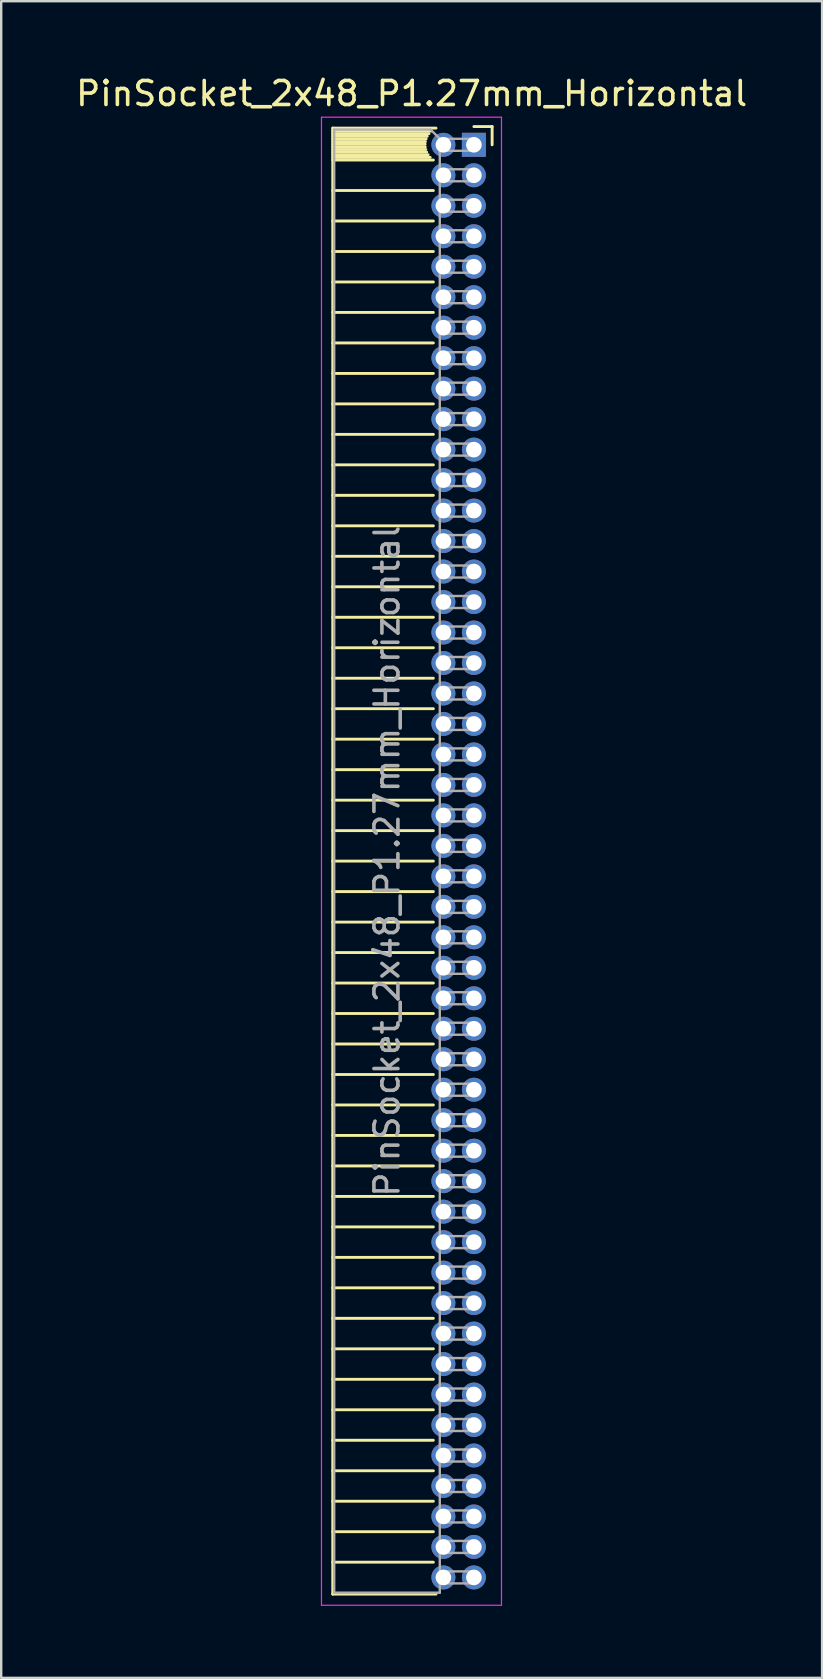
<source format=kicad_pcb>
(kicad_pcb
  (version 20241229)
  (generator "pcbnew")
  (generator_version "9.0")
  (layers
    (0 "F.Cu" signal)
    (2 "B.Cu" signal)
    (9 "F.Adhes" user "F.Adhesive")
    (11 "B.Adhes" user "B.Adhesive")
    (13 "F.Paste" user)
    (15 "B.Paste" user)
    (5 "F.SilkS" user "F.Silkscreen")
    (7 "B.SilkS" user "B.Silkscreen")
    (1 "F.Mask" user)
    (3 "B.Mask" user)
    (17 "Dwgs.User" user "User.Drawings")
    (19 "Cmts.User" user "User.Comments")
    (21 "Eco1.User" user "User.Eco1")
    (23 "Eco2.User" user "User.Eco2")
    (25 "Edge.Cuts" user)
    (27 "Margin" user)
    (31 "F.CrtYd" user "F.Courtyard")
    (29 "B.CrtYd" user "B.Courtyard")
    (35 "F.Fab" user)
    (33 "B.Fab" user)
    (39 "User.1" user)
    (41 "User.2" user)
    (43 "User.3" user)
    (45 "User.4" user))
  (footprint "PinSocket_2x48_P1.27mm_Horizontal"
    (layer "F.Cu")
    (at 16.694 2.983)
    (property "Reference" "PinSocket_2x48_P1.27mm_Horizontal" (at -2.592 -2.135 0) (layer "F.SilkS") (effects (font (size 1 1) (thickness 0.15))))
    (attr through_hole)
    (fp_line (start -5.88 -0.695) (end -5.88 60.385) (stroke (width 0.12) (type solid)) (layer "F.SilkS"))
    (fp_line (start -5.88 -0.695) (end -1.578 -0.695) (stroke (width 0.12) (type solid)) (layer "F.SilkS"))
    (fp_line (start -5.88 -0.575) (end -1.767 -0.575) (stroke (width 0.12) (type solid)) (layer "F.SilkS"))
    (fp_line (start -5.88 -0.465) (end -1.871 -0.465) (stroke (width 0.12) (type solid)) (layer "F.SilkS"))
    (fp_line (start -5.88 -0.355) (end -1.942 -0.355) (stroke (width 0.12) (type solid)) (layer "F.SilkS"))
    (fp_line (start -5.88 -0.245) (end -1.989 -0.245) (stroke (width 0.12) (type solid)) (layer "F.SilkS"))
    (fp_line (start -5.88 -0.135) (end -2.018 -0.135) (stroke (width 0.12) (type solid)) (layer "F.SilkS"))
    (fp_line (start -5.88 -0.025) (end -2.03 -0.025) (stroke (width 0.12) (type solid)) (layer "F.SilkS"))
    (fp_line (start -5.88 0.085) (end -2.025 0.085) (stroke (width 0.12) (type solid)) (layer "F.SilkS"))
    (fp_line (start -5.88 0.195) (end -2.005 0.195) (stroke (width 0.12) (type solid)) (layer "F.SilkS"))
    (fp_line (start -5.88 0.305) (end -1.966 0.305) (stroke (width 0.12) (type solid)) (layer "F.SilkS"))
    (fp_line (start -5.88 0.415) (end -1.907 0.415) (stroke (width 0.12) (type solid)) (layer "F.SilkS"))
    (fp_line (start -5.88 0.525) (end -1.82 0.525) (stroke (width 0.12) (type solid)) (layer "F.SilkS"))
    (fp_line (start -5.88 0.635) (end -1.688 0.635) (stroke (width 0.12) (type solid)) (layer "F.SilkS"))
    (fp_line (start -5.88 1.905) (end -1.688 1.905) (stroke (width 0.12) (type solid)) (layer "F.SilkS"))
    (fp_line (start -5.88 3.175) (end -1.688 3.175) (stroke (width 0.12) (type solid)) (layer "F.SilkS"))
    (fp_line (start -5.88 4.445) (end -1.688 4.445) (stroke (width 0.12) (type solid)) (layer "F.SilkS"))
    (fp_line (start -5.88 5.715) (end -1.688 5.715) (stroke (width 0.12) (type solid)) (layer "F.SilkS"))
    (fp_line (start -5.88 6.985) (end -1.688 6.985) (stroke (width 0.12) (type solid)) (layer "F.SilkS"))
    (fp_line (start -5.88 8.255) (end -1.688 8.255) (stroke (width 0.12) (type solid)) (layer "F.SilkS"))
    (fp_line (start -5.88 9.525) (end -1.688 9.525) (stroke (width 0.12) (type solid)) (layer "F.SilkS"))
    (fp_line (start -5.88 10.795) (end -1.688 10.795) (stroke (width 0.12) (type solid)) (layer "F.SilkS"))
    (fp_line (start -5.88 12.065) (end -1.688 12.065) (stroke (width 0.12) (type solid)) (layer "F.SilkS"))
    (fp_line (start -5.88 13.335) (end -1.688 13.335) (stroke (width 0.12) (type solid)) (layer "F.SilkS"))
    (fp_line (start -5.88 14.605) (end -1.688 14.605) (stroke (width 0.12) (type solid)) (layer "F.SilkS"))
    (fp_line (start -5.88 15.875) (end -1.688 15.875) (stroke (width 0.12) (type solid)) (layer "F.SilkS"))
    (fp_line (start -5.88 17.145) (end -1.688 17.145) (stroke (width 0.12) (type solid)) (layer "F.SilkS"))
    (fp_line (start -5.88 18.415) (end -1.688 18.415) (stroke (width 0.12) (type solid)) (layer "F.SilkS"))
    (fp_line (start -5.88 19.685) (end -1.688 19.685) (stroke (width 0.12) (type solid)) (layer "F.SilkS"))
    (fp_line (start -5.88 20.955) (end -1.688 20.955) (stroke (width 0.12) (type solid)) (layer "F.SilkS"))
    (fp_line (start -5.88 22.225) (end -1.688 22.225) (stroke (width 0.12) (type solid)) (layer "F.SilkS"))
    (fp_line (start -5.88 23.495) (end -1.688 23.495) (stroke (width 0.12) (type solid)) (layer "F.SilkS"))
    (fp_line (start -5.88 24.765) (end -1.688 24.765) (stroke (width 0.12) (type solid)) (layer "F.SilkS"))
    (fp_line (start -5.88 26.035) (end -1.688 26.035) (stroke (width 0.12) (type solid)) (layer "F.SilkS"))
    (fp_line (start -5.88 27.305) (end -1.688 27.305) (stroke (width 0.12) (type solid)) (layer "F.SilkS"))
    (fp_line (start -5.88 28.575) (end -1.688 28.575) (stroke (width 0.12) (type solid)) (layer "F.SilkS"))
    (fp_line (start -5.88 29.845) (end -1.688 29.845) (stroke (width 0.12) (type solid)) (layer "F.SilkS"))
    (fp_line (start -5.88 31.115) (end -1.688 31.115) (stroke (width 0.12) (type solid)) (layer "F.SilkS"))
    (fp_line (start -5.88 32.385) (end -1.688 32.385) (stroke (width 0.12) (type solid)) (layer "F.SilkS"))
    (fp_line (start -5.88 33.655) (end -1.688 33.655) (stroke (width 0.12) (type solid)) (layer "F.SilkS"))
    (fp_line (start -5.88 34.925) (end -1.688 34.925) (stroke (width 0.12) (type solid)) (layer "F.SilkS"))
    (fp_line (start -5.88 36.195) (end -1.688 36.195) (stroke (width 0.12) (type solid)) (layer "F.SilkS"))
    (fp_line (start -5.88 37.465) (end -1.688 37.465) (stroke (width 0.12) (type solid)) (layer "F.SilkS"))
    (fp_line (start -5.88 38.735) (end -1.688 38.735) (stroke (width 0.12) (type solid)) (layer "F.SilkS"))
    (fp_line (start -5.88 40.005) (end -1.688 40.005) (stroke (width 0.12) (type solid)) (layer "F.SilkS"))
    (fp_line (start -5.88 41.275) (end -1.688 41.275) (stroke (width 0.12) (type solid)) (layer "F.SilkS"))
    (fp_line (start -5.88 42.545) (end -1.688 42.545) (stroke (width 0.12) (type solid)) (layer "F.SilkS"))
    (fp_line (start -5.88 43.815) (end -1.688 43.815) (stroke (width 0.12) (type solid)) (layer "F.SilkS"))
    (fp_line (start -5.88 45.085) (end -1.688 45.085) (stroke (width 0.12) (type solid)) (layer "F.SilkS"))
    (fp_line (start -5.88 46.355) (end -1.688 46.355) (stroke (width 0.12) (type solid)) (layer "F.SilkS"))
    (fp_line (start -5.88 47.625) (end -1.688 47.625) (stroke (width 0.12) (type solid)) (layer "F.SilkS"))
    (fp_line (start -5.88 48.895) (end -1.688 48.895) (stroke (width 0.12) (type solid)) (layer "F.SilkS"))
    (fp_line (start -5.88 50.165) (end -1.688 50.165) (stroke (width 0.12) (type solid)) (layer "F.SilkS"))
    (fp_line (start -5.88 51.435) (end -1.688 51.435) (stroke (width 0.12) (type solid)) (layer "F.SilkS"))
    (fp_line (start -5.88 52.705) (end -1.688 52.705) (stroke (width 0.12) (type solid)) (layer "F.SilkS"))
    (fp_line (start -5.88 53.975) (end -1.688 53.975) (stroke (width 0.12) (type solid)) (layer "F.SilkS"))
    (fp_line (start -5.88 55.245) (end -1.688 55.245) (stroke (width 0.12) (type solid)) (layer "F.SilkS"))
    (fp_line (start -5.88 56.515) (end -1.688 56.515) (stroke (width 0.12) (type solid)) (layer "F.SilkS"))
    (fp_line (start -5.88 57.785) (end -1.688 57.785) (stroke (width 0.12) (type solid)) (layer "F.SilkS"))
    (fp_line (start -5.88 59.055) (end -1.688 59.055) (stroke (width 0.12) (type solid)) (layer "F.SilkS"))
    (fp_line (start -5.88 60.385) (end -1.578 60.385) (stroke (width 0.12) (type solid)) (layer "F.SilkS"))
    (fp_line (start 0 -0.76) (end 0.76 -0.76) (stroke (width 0.12) (type solid)) (layer "F.SilkS"))
    (fp_line (start 0.76 -0.76) (end 0.76 0) (stroke (width 0.12) (type solid)) (layer "F.SilkS"))
    (fp_line (start -6.35 -1.15) (end -6.35 60.85) (stroke (width 0.05) (type solid)) (layer "F.CrtYd"))
    (fp_line (start -6.35 60.85) (end 1.15 60.85) (stroke (width 0.05) (type solid)) (layer "F.CrtYd"))
    (fp_line (start 1.15 -1.15) (end -6.35 -1.15) (stroke (width 0.05) (type solid)) (layer "F.CrtYd"))
    (fp_line (start 1.15 60.85) (end 1.15 -1.15) (stroke (width 0.05) (type solid)) (layer "F.CrtYd"))
    (fp_line (start -5.82 -0.635) (end -1.805 -0.635) (stroke (width 0.1) (type solid)) (layer "F.Fab"))
    (fp_line (start -5.82 60.325) (end -5.82 -0.635) (stroke (width 0.1) (type solid)) (layer "F.Fab"))
    (fp_line (start -1.805 -0.635) (end -1.42 -0.25) (stroke (width 0.1) (type solid)) (layer "F.Fab"))
    (fp_line (start -1.42 -0.25) (end -1.42 60.325) (stroke (width 0.1) (type solid)) (layer "F.Fab"))
    (fp_line (start -1.42 0.25) (end 0 0.25) (stroke (width 0.1) (type solid)) (layer "F.Fab"))
    (fp_line (start -1.42 1.52) (end 0 1.52) (stroke (width 0.1) (type solid)) (layer "F.Fab"))
    (fp_line (start -1.42 2.79) (end 0 2.79) (stroke (width 0.1) (type solid)) (layer "F.Fab"))
    (fp_line (start -1.42 4.06) (end 0 4.06) (stroke (width 0.1) (type solid)) (layer "F.Fab"))
    (fp_line (start -1.42 5.33) (end 0 5.33) (stroke (width 0.1) (type solid)) (layer "F.Fab"))
    (fp_line (start -1.42 6.6) (end 0 6.6) (stroke (width 0.1) (type solid)) (layer "F.Fab"))
    (fp_line (start -1.42 7.87) (end 0 7.87) (stroke (width 0.1) (type solid)) (layer "F.Fab"))
    (fp_line (start -1.42 9.14) (end 0 9.14) (stroke (width 0.1) (type solid)) (layer "F.Fab"))
    (fp_line (start -1.42 10.41) (end 0 10.41) (stroke (width 0.1) (type solid)) (layer "F.Fab"))
    (fp_line (start -1.42 11.68) (end 0 11.68) (stroke (width 0.1) (type solid)) (layer "F.Fab"))
    (fp_line (start -1.42 12.95) (end 0 12.95) (stroke (width 0.1) (type solid)) (layer "F.Fab"))
    (fp_line (start -1.42 14.22) (end 0 14.22) (stroke (width 0.1) (type solid)) (layer "F.Fab"))
    (fp_line (start -1.42 15.49) (end 0 15.49) (stroke (width 0.1) (type solid)) (layer "F.Fab"))
    (fp_line (start -1.42 16.76) (end 0 16.76) (stroke (width 0.1) (type solid)) (layer "F.Fab"))
    (fp_line (start -1.42 18.03) (end 0 18.03) (stroke (width 0.1) (type solid)) (layer "F.Fab"))
    (fp_line (start -1.42 19.3) (end 0 19.3) (stroke (width 0.1) (type solid)) (layer "F.Fab"))
    (fp_line (start -1.42 20.57) (end 0 20.57) (stroke (width 0.1) (type solid)) (layer "F.Fab"))
    (fp_line (start -1.42 21.84) (end 0 21.84) (stroke (width 0.1) (type solid)) (layer "F.Fab"))
    (fp_line (start -1.42 23.11) (end 0 23.11) (stroke (width 0.1) (type solid)) (layer "F.Fab"))
    (fp_line (start -1.42 24.38) (end 0 24.38) (stroke (width 0.1) (type solid)) (layer "F.Fab"))
    (fp_line (start -1.42 25.65) (end 0 25.65) (stroke (width 0.1) (type solid)) (layer "F.Fab"))
    (fp_line (start -1.42 26.92) (end 0 26.92) (stroke (width 0.1) (type solid)) (layer "F.Fab"))
    (fp_line (start -1.42 28.19) (end 0 28.19) (stroke (width 0.1) (type solid)) (layer "F.Fab"))
    (fp_line (start -1.42 29.46) (end 0 29.46) (stroke (width 0.1) (type solid)) (layer "F.Fab"))
    (fp_line (start -1.42 30.73) (end 0 30.73) (stroke (width 0.1) (type solid)) (layer "F.Fab"))
    (fp_line (start -1.42 32) (end 0 32) (stroke (width 0.1) (type solid)) (layer "F.Fab"))
    (fp_line (start -1.42 33.27) (end 0 33.27) (stroke (width 0.1) (type solid)) (layer "F.Fab"))
    (fp_line (start -1.42 34.54) (end 0 34.54) (stroke (width 0.1) (type solid)) (layer "F.Fab"))
    (fp_line (start -1.42 35.81) (end 0 35.81) (stroke (width 0.1) (type solid)) (layer "F.Fab"))
    (fp_line (start -1.42 37.08) (end 0 37.08) (stroke (width 0.1) (type solid)) (layer "F.Fab"))
    (fp_line (start -1.42 38.35) (end 0 38.35) (stroke (width 0.1) (type solid)) (layer "F.Fab"))
    (fp_line (start -1.42 39.62) (end 0 39.62) (stroke (width 0.1) (type solid)) (layer "F.Fab"))
    (fp_line (start -1.42 40.89) (end 0 40.89) (stroke (width 0.1) (type solid)) (layer "F.Fab"))
    (fp_line (start -1.42 42.16) (end 0 42.16) (stroke (width 0.1) (type solid)) (layer "F.Fab"))
    (fp_line (start -1.42 43.43) (end 0 43.43) (stroke (width 0.1) (type solid)) (layer "F.Fab"))
    (fp_line (start -1.42 44.7) (end 0 44.7) (stroke (width 0.1) (type solid)) (layer "F.Fab"))
    (fp_line (start -1.42 45.97) (end 0 45.97) (stroke (width 0.1) (type solid)) (layer "F.Fab"))
    (fp_line (start -1.42 47.24) (end 0 47.24) (stroke (width 0.1) (type solid)) (layer "F.Fab"))
    (fp_line (start -1.42 48.51) (end 0 48.51) (stroke (width 0.1) (type solid)) (layer "F.Fab"))
    (fp_line (start -1.42 49.78) (end 0 49.78) (stroke (width 0.1) (type solid)) (layer "F.Fab"))
    (fp_line (start -1.42 51.05) (end 0 51.05) (stroke (width 0.1) (type solid)) (layer "F.Fab"))
    (fp_line (start -1.42 52.32) (end 0 52.32) (stroke (width 0.1) (type solid)) (layer "F.Fab"))
    (fp_line (start -1.42 53.59) (end 0 53.59) (stroke (width 0.1) (type solid)) (layer "F.Fab"))
    (fp_line (start -1.42 54.86) (end 0 54.86) (stroke (width 0.1) (type solid)) (layer "F.Fab"))
    (fp_line (start -1.42 56.13) (end 0 56.13) (stroke (width 0.1) (type solid)) (layer "F.Fab"))
    (fp_line (start -1.42 57.4) (end 0 57.4) (stroke (width 0.1) (type solid)) (layer "F.Fab"))
    (fp_line (start -1.42 58.67) (end 0 58.67) (stroke (width 0.1) (type solid)) (layer "F.Fab"))
    (fp_line (start -1.42 59.94) (end 0 59.94) (stroke (width 0.1) (type solid)) (layer "F.Fab"))
    (fp_line (start -1.42 60.325) (end -5.82 60.325) (stroke (width 0.1) (type solid)) (layer "F.Fab"))
    (fp_line (start 0 -0.25) (end -1.42 -0.25) (stroke (width 0.1) (type solid)) (layer "F.Fab"))
    (fp_line (start 0 0.25) (end 0 -0.25) (stroke (width 0.1) (type solid)) (layer "F.Fab"))
    (fp_line (start 0 1.02) (end -1.42 1.02) (stroke (width 0.1) (type solid)) (layer "F.Fab"))
    (fp_line (start 0 1.52) (end 0 1.02) (stroke (width 0.1) (type solid)) (layer "F.Fab"))
    (fp_line (start 0 2.29) (end -1.42 2.29) (stroke (width 0.1) (type solid)) (layer "F.Fab"))
    (fp_line (start 0 2.79) (end 0 2.29) (stroke (width 0.1) (type solid)) (layer "F.Fab"))
    (fp_line (start 0 3.56) (end -1.42 3.56) (stroke (width 0.1) (type solid)) (layer "F.Fab"))
    (fp_line (start 0 4.06) (end 0 3.56) (stroke (width 0.1) (type solid)) (layer "F.Fab"))
    (fp_line (start 0 4.83) (end -1.42 4.83) (stroke (width 0.1) (type solid)) (layer "F.Fab"))
    (fp_line (start 0 5.33) (end 0 4.83) (stroke (width 0.1) (type solid)) (layer "F.Fab"))
    (fp_line (start 0 6.1) (end -1.42 6.1) (stroke (width 0.1) (type solid)) (layer "F.Fab"))
    (fp_line (start 0 6.6) (end 0 6.1) (stroke (width 0.1) (type solid)) (layer "F.Fab"))
    (fp_line (start 0 7.37) (end -1.42 7.37) (stroke (width 0.1) (type solid)) (layer "F.Fab"))
    (fp_line (start 0 7.87) (end 0 7.37) (stroke (width 0.1) (type solid)) (layer "F.Fab"))
    (fp_line (start 0 8.64) (end -1.42 8.64) (stroke (width 0.1) (type solid)) (layer "F.Fab"))
    (fp_line (start 0 9.14) (end 0 8.64) (stroke (width 0.1) (type solid)) (layer "F.Fab"))
    (fp_line (start 0 9.91) (end -1.42 9.91) (stroke (width 0.1) (type solid)) (layer "F.Fab"))
    (fp_line (start 0 10.41) (end 0 9.91) (stroke (width 0.1) (type solid)) (layer "F.Fab"))
    (fp_line (start 0 11.18) (end -1.42 11.18) (stroke (width 0.1) (type solid)) (layer "F.Fab"))
    (fp_line (start 0 11.68) (end 0 11.18) (stroke (width 0.1) (type solid)) (layer "F.Fab"))
    (fp_line (start 0 12.45) (end -1.42 12.45) (stroke (width 0.1) (type solid)) (layer "F.Fab"))
    (fp_line (start 0 12.95) (end 0 12.45) (stroke (width 0.1) (type solid)) (layer "F.Fab"))
    (fp_line (start 0 13.72) (end -1.42 13.72) (stroke (width 0.1) (type solid)) (layer "F.Fab"))
    (fp_line (start 0 14.22) (end 0 13.72) (stroke (width 0.1) (type solid)) (layer "F.Fab"))
    (fp_line (start 0 14.99) (end -1.42 14.99) (stroke (width 0.1) (type solid)) (layer "F.Fab"))
    (fp_line (start 0 15.49) (end 0 14.99) (stroke (width 0.1) (type solid)) (layer "F.Fab"))
    (fp_line (start 0 16.26) (end -1.42 16.26) (stroke (width 0.1) (type solid)) (layer "F.Fab"))
    (fp_line (start 0 16.76) (end 0 16.26) (stroke (width 0.1) (type solid)) (layer "F.Fab"))
    (fp_line (start 0 17.53) (end -1.42 17.53) (stroke (width 0.1) (type solid)) (layer "F.Fab"))
    (fp_line (start 0 18.03) (end 0 17.53) (stroke (width 0.1) (type solid)) (layer "F.Fab"))
    (fp_line (start 0 18.8) (end -1.42 18.8) (stroke (width 0.1) (type solid)) (layer "F.Fab"))
    (fp_line (start 0 19.3) (end 0 18.8) (stroke (width 0.1) (type solid)) (layer "F.Fab"))
    (fp_line (start 0 20.07) (end -1.42 20.07) (stroke (width 0.1) (type solid)) (layer "F.Fab"))
    (fp_line (start 0 20.57) (end 0 20.07) (stroke (width 0.1) (type solid)) (layer "F.Fab"))
    (fp_line (start 0 21.34) (end -1.42 21.34) (stroke (width 0.1) (type solid)) (layer "F.Fab"))
    (fp_line (start 0 21.84) (end 0 21.34) (stroke (width 0.1) (type solid)) (layer "F.Fab"))
    (fp_line (start 0 22.61) (end -1.42 22.61) (stroke (width 0.1) (type solid)) (layer "F.Fab"))
    (fp_line (start 0 23.11) (end 0 22.61) (stroke (width 0.1) (type solid)) (layer "F.Fab"))
    (fp_line (start 0 23.88) (end -1.42 23.88) (stroke (width 0.1) (type solid)) (layer "F.Fab"))
    (fp_line (start 0 24.38) (end 0 23.88) (stroke (width 0.1) (type solid)) (layer "F.Fab"))
    (fp_line (start 0 25.15) (end -1.42 25.15) (stroke (width 0.1) (type solid)) (layer "F.Fab"))
    (fp_line (start 0 25.65) (end 0 25.15) (stroke (width 0.1) (type solid)) (layer "F.Fab"))
    (fp_line (start 0 26.42) (end -1.42 26.42) (stroke (width 0.1) (type solid)) (layer "F.Fab"))
    (fp_line (start 0 26.92) (end 0 26.42) (stroke (width 0.1) (type solid)) (layer "F.Fab"))
    (fp_line (start 0 27.69) (end -1.42 27.69) (stroke (width 0.1) (type solid)) (layer "F.Fab"))
    (fp_line (start 0 28.19) (end 0 27.69) (stroke (width 0.1) (type solid)) (layer "F.Fab"))
    (fp_line (start 0 28.96) (end -1.42 28.96) (stroke (width 0.1) (type solid)) (layer "F.Fab"))
    (fp_line (start 0 29.46) (end 0 28.96) (stroke (width 0.1) (type solid)) (layer "F.Fab"))
    (fp_line (start 0 30.23) (end -1.42 30.23) (stroke (width 0.1) (type solid)) (layer "F.Fab"))
    (fp_line (start 0 30.73) (end 0 30.23) (stroke (width 0.1) (type solid)) (layer "F.Fab"))
    (fp_line (start 0 31.5) (end -1.42 31.5) (stroke (width 0.1) (type solid)) (layer "F.Fab"))
    (fp_line (start 0 32) (end 0 31.5) (stroke (width 0.1) (type solid)) (layer "F.Fab"))
    (fp_line (start 0 32.77) (end -1.42 32.77) (stroke (width 0.1) (type solid)) (layer "F.Fab"))
    (fp_line (start 0 33.27) (end 0 32.77) (stroke (width 0.1) (type solid)) (layer "F.Fab"))
    (fp_line (start 0 34.04) (end -1.42 34.04) (stroke (width 0.1) (type solid)) (layer "F.Fab"))
    (fp_line (start 0 34.54) (end 0 34.04) (stroke (width 0.1) (type solid)) (layer "F.Fab"))
    (fp_line (start 0 35.31) (end -1.42 35.31) (stroke (width 0.1) (type solid)) (layer "F.Fab"))
    (fp_line (start 0 35.81) (end 0 35.31) (stroke (width 0.1) (type solid)) (layer "F.Fab"))
    (fp_line (start 0 36.58) (end -1.42 36.58) (stroke (width 0.1) (type solid)) (layer "F.Fab"))
    (fp_line (start 0 37.08) (end 0 36.58) (stroke (width 0.1) (type solid)) (layer "F.Fab"))
    (fp_line (start 0 37.85) (end -1.42 37.85) (stroke (width 0.1) (type solid)) (layer "F.Fab"))
    (fp_line (start 0 38.35) (end 0 37.85) (stroke (width 0.1) (type solid)) (layer "F.Fab"))
    (fp_line (start 0 39.12) (end -1.42 39.12) (stroke (width 0.1) (type solid)) (layer "F.Fab"))
    (fp_line (start 0 39.62) (end 0 39.12) (stroke (width 0.1) (type solid)) (layer "F.Fab"))
    (fp_line (start 0 40.39) (end -1.42 40.39) (stroke (width 0.1) (type solid)) (layer "F.Fab"))
    (fp_line (start 0 40.89) (end 0 40.39) (stroke (width 0.1) (type solid)) (layer "F.Fab"))
    (fp_line (start 0 41.66) (end -1.42 41.66) (stroke (width 0.1) (type solid)) (layer "F.Fab"))
    (fp_line (start 0 42.16) (end 0 41.66) (stroke (width 0.1) (type solid)) (layer "F.Fab"))
    (fp_line (start 0 42.93) (end -1.42 42.93) (stroke (width 0.1) (type solid)) (layer "F.Fab"))
    (fp_line (start 0 43.43) (end 0 42.93) (stroke (width 0.1) (type solid)) (layer "F.Fab"))
    (fp_line (start 0 44.2) (end -1.42 44.2) (stroke (width 0.1) (type solid)) (layer "F.Fab"))
    (fp_line (start 0 44.7) (end 0 44.2) (stroke (width 0.1) (type solid)) (layer "F.Fab"))
    (fp_line (start 0 45.47) (end -1.42 45.47) (stroke (width 0.1) (type solid)) (layer "F.Fab"))
    (fp_line (start 0 45.97) (end 0 45.47) (stroke (width 0.1) (type solid)) (layer "F.Fab"))
    (fp_line (start 0 46.74) (end -1.42 46.74) (stroke (width 0.1) (type solid)) (layer "F.Fab"))
    (fp_line (start 0 47.24) (end 0 46.74) (stroke (width 0.1) (type solid)) (layer "F.Fab"))
    (fp_line (start 0 48.01) (end -1.42 48.01) (stroke (width 0.1) (type solid)) (layer "F.Fab"))
    (fp_line (start 0 48.51) (end 0 48.01) (stroke (width 0.1) (type solid)) (layer "F.Fab"))
    (fp_line (start 0 49.28) (end -1.42 49.28) (stroke (width 0.1) (type solid)) (layer "F.Fab"))
    (fp_line (start 0 49.78) (end 0 49.28) (stroke (width 0.1) (type solid)) (layer "F.Fab"))
    (fp_line (start 0 50.55) (end -1.42 50.55) (stroke (width 0.1) (type solid)) (layer "F.Fab"))
    (fp_line (start 0 51.05) (end 0 50.55) (stroke (width 0.1) (type solid)) (layer "F.Fab"))
    (fp_line (start 0 51.82) (end -1.42 51.82) (stroke (width 0.1) (type solid)) (layer "F.Fab"))
    (fp_line (start 0 52.32) (end 0 51.82) (stroke (width 0.1) (type solid)) (layer "F.Fab"))
    (fp_line (start 0 53.09) (end -1.42 53.09) (stroke (width 0.1) (type solid)) (layer "F.Fab"))
    (fp_line (start 0 53.59) (end 0 53.09) (stroke (width 0.1) (type solid)) (layer "F.Fab"))
    (fp_line (start 0 54.36) (end -1.42 54.36) (stroke (width 0.1) (type solid)) (layer "F.Fab"))
    (fp_line (start 0 54.86) (end 0 54.36) (stroke (width 0.1) (type solid)) (layer "F.Fab"))
    (fp_line (start 0 55.63) (end -1.42 55.63) (stroke (width 0.1) (type solid)) (layer "F.Fab"))
    (fp_line (start 0 56.13) (end 0 55.63) (stroke (width 0.1) (type solid)) (layer "F.Fab"))
    (fp_line (start 0 56.9) (end -1.42 56.9) (stroke (width 0.1) (type solid)) (layer "F.Fab"))
    (fp_line (start 0 57.4) (end 0 56.9) (stroke (width 0.1) (type solid)) (layer "F.Fab"))
    (fp_line (start 0 58.17) (end -1.42 58.17) (stroke (width 0.1) (type solid)) (layer "F.Fab"))
    (fp_line (start 0 58.67) (end 0 58.17) (stroke (width 0.1) (type solid)) (layer "F.Fab"))
    (fp_line (start 0 59.44) (end -1.42 59.44) (stroke (width 0.1) (type solid)) (layer "F.Fab"))
    (fp_line (start 0 59.94) (end 0 59.44) (stroke (width 0.1) (type solid)) (layer "F.Fab"))
    (fp_text user "${REFERENCE}" (at -3.62 29.845 90) (layer "F.Fab") (effects (font (size 1 1) (thickness 0.15))))
    (pad "1" thru_hole rect (at 0 0) (size 1 1) (drill 0.65) (layers "*.Cu" "*.Mask"))
    (pad "2" thru_hole circle (at -1.27 0) (size 1 1) (drill 0.65) (layers "*.Cu" "*.Mask"))
    (pad "3" thru_hole circle (at 0 1.27) (size 1 1) (drill 0.65) (layers "*.Cu" "*.Mask"))
    (pad "4" thru_hole circle (at -1.27 1.27) (size 1 1) (drill 0.65) (layers "*.Cu" "*.Mask"))
    (pad "5" thru_hole circle (at 0 2.54) (size 1 1) (drill 0.65) (layers "*.Cu" "*.Mask"))
    (pad "6" thru_hole circle (at -1.27 2.54) (size 1 1) (drill 0.65) (layers "*.Cu" "*.Mask"))
    (pad "7" thru_hole circle (at 0 3.81) (size 1 1) (drill 0.65) (layers "*.Cu" "*.Mask"))
    (pad "8" thru_hole circle (at -1.27 3.81) (size 1 1) (drill 0.65) (layers "*.Cu" "*.Mask"))
    (pad "9" thru_hole circle (at 0 5.08) (size 1 1) (drill 0.65) (layers "*.Cu" "*.Mask"))
    (pad "10" thru_hole circle (at -1.27 5.08) (size 1 1) (drill 0.65) (layers "*.Cu" "*.Mask"))
    (pad "11" thru_hole circle (at 0 6.35) (size 1 1) (drill 0.65) (layers "*.Cu" "*.Mask"))
    (pad "12" thru_hole circle (at -1.27 6.35) (size 1 1) (drill 0.65) (layers "*.Cu" "*.Mask"))
    (pad "13" thru_hole circle (at 0 7.62) (size 1 1) (drill 0.65) (layers "*.Cu" "*.Mask"))
    (pad "14" thru_hole circle (at -1.27 7.62) (size 1 1) (drill 0.65) (layers "*.Cu" "*.Mask"))
    (pad "15" thru_hole circle (at 0 8.89) (size 1 1) (drill 0.65) (layers "*.Cu" "*.Mask"))
    (pad "16" thru_hole circle (at -1.27 8.89) (size 1 1) (drill 0.65) (layers "*.Cu" "*.Mask"))
    (pad "17" thru_hole circle (at 0 10.16) (size 1 1) (drill 0.65) (layers "*.Cu" "*.Mask"))
    (pad "18" thru_hole circle (at -1.27 10.16) (size 1 1) (drill 0.65) (layers "*.Cu" "*.Mask"))
    (pad "19" thru_hole circle (at 0 11.43) (size 1 1) (drill 0.65) (layers "*.Cu" "*.Mask"))
    (pad "20" thru_hole circle (at -1.27 11.43) (size 1 1) (drill 0.65) (layers "*.Cu" "*.Mask"))
    (pad "21" thru_hole circle (at 0 12.7) (size 1 1) (drill 0.65) (layers "*.Cu" "*.Mask"))
    (pad "22" thru_hole circle (at -1.27 12.7) (size 1 1) (drill 0.65) (layers "*.Cu" "*.Mask"))
    (pad "23" thru_hole circle (at 0 13.97) (size 1 1) (drill 0.65) (layers "*.Cu" "*.Mask"))
    (pad "24" thru_hole circle (at -1.27 13.97) (size 1 1) (drill 0.65) (layers "*.Cu" "*.Mask"))
    (pad "25" thru_hole circle (at 0 15.24) (size 1 1) (drill 0.65) (layers "*.Cu" "*.Mask"))
    (pad "26" thru_hole circle (at -1.27 15.24) (size 1 1) (drill 0.65) (layers "*.Cu" "*.Mask"))
    (pad "27" thru_hole circle (at 0 16.51) (size 1 1) (drill 0.65) (layers "*.Cu" "*.Mask"))
    (pad "28" thru_hole circle (at -1.27 16.51) (size 1 1) (drill 0.65) (layers "*.Cu" "*.Mask"))
    (pad "29" thru_hole circle (at 0 17.78) (size 1 1) (drill 0.65) (layers "*.Cu" "*.Mask"))
    (pad "30" thru_hole circle (at -1.27 17.78) (size 1 1) (drill 0.65) (layers "*.Cu" "*.Mask"))
    (pad "31" thru_hole circle (at 0 19.05) (size 1 1) (drill 0.65) (layers "*.Cu" "*.Mask"))
    (pad "32" thru_hole circle (at -1.27 19.05) (size 1 1) (drill 0.65) (layers "*.Cu" "*.Mask"))
    (pad "33" thru_hole circle (at 0 20.32) (size 1 1) (drill 0.65) (layers "*.Cu" "*.Mask"))
    (pad "34" thru_hole circle (at -1.27 20.32) (size 1 1) (drill 0.65) (layers "*.Cu" "*.Mask"))
    (pad "35" thru_hole circle (at 0 21.59) (size 1 1) (drill 0.65) (layers "*.Cu" "*.Mask"))
    (pad "36" thru_hole circle (at -1.27 21.59) (size 1 1) (drill 0.65) (layers "*.Cu" "*.Mask"))
    (pad "37" thru_hole circle (at 0 22.86) (size 1 1) (drill 0.65) (layers "*.Cu" "*.Mask"))
    (pad "38" thru_hole circle (at -1.27 22.86) (size 1 1) (drill 0.65) (layers "*.Cu" "*.Mask"))
    (pad "39" thru_hole circle (at 0 24.13) (size 1 1) (drill 0.65) (layers "*.Cu" "*.Mask"))
    (pad "40" thru_hole circle (at -1.27 24.13) (size 1 1) (drill 0.65) (layers "*.Cu" "*.Mask"))
    (pad "41" thru_hole circle (at 0 25.4) (size 1 1) (drill 0.65) (layers "*.Cu" "*.Mask"))
    (pad "42" thru_hole circle (at -1.27 25.4) (size 1 1) (drill 0.65) (layers "*.Cu" "*.Mask"))
    (pad "43" thru_hole circle (at 0 26.67) (size 1 1) (drill 0.65) (layers "*.Cu" "*.Mask"))
    (pad "44" thru_hole circle (at -1.27 26.67) (size 1 1) (drill 0.65) (layers "*.Cu" "*.Mask"))
    (pad "45" thru_hole circle (at 0 27.94) (size 1 1) (drill 0.65) (layers "*.Cu" "*.Mask"))
    (pad "46" thru_hole circle (at -1.27 27.94) (size 1 1) (drill 0.65) (layers "*.Cu" "*.Mask"))
    (pad "47" thru_hole circle (at 0 29.21) (size 1 1) (drill 0.65) (layers "*.Cu" "*.Mask"))
    (pad "48" thru_hole circle (at -1.27 29.21) (size 1 1) (drill 0.65) (layers "*.Cu" "*.Mask"))
    (pad "49" thru_hole circle (at 0 30.48) (size 1 1) (drill 0.65) (layers "*.Cu" "*.Mask"))
    (pad "50" thru_hole circle (at -1.27 30.48) (size 1 1) (drill 0.65) (layers "*.Cu" "*.Mask"))
    (pad "51" thru_hole circle (at 0 31.75) (size 1 1) (drill 0.65) (layers "*.Cu" "*.Mask"))
    (pad "52" thru_hole circle (at -1.27 31.75) (size 1 1) (drill 0.65) (layers "*.Cu" "*.Mask"))
    (pad "53" thru_hole circle (at 0 33.02) (size 1 1) (drill 0.65) (layers "*.Cu" "*.Mask"))
    (pad "54" thru_hole circle (at -1.27 33.02) (size 1 1) (drill 0.65) (layers "*.Cu" "*.Mask"))
    (pad "55" thru_hole circle (at 0 34.29) (size 1 1) (drill 0.65) (layers "*.Cu" "*.Mask"))
    (pad "56" thru_hole circle (at -1.27 34.29) (size 1 1) (drill 0.65) (layers "*.Cu" "*.Mask"))
    (pad "57" thru_hole circle (at 0 35.56) (size 1 1) (drill 0.65) (layers "*.Cu" "*.Mask"))
    (pad "58" thru_hole circle (at -1.27 35.56) (size 1 1) (drill 0.65) (layers "*.Cu" "*.Mask"))
    (pad "59" thru_hole circle (at 0 36.83) (size 1 1) (drill 0.65) (layers "*.Cu" "*.Mask"))
    (pad "60" thru_hole circle (at -1.27 36.83) (size 1 1) (drill 0.65) (layers "*.Cu" "*.Mask"))
    (pad "61" thru_hole circle (at 0 38.1) (size 1 1) (drill 0.65) (layers "*.Cu" "*.Mask"))
    (pad "62" thru_hole circle (at -1.27 38.1) (size 1 1) (drill 0.65) (layers "*.Cu" "*.Mask"))
    (pad "63" thru_hole circle (at 0 39.37) (size 1 1) (drill 0.65) (layers "*.Cu" "*.Mask"))
    (pad "64" thru_hole circle (at -1.27 39.37) (size 1 1) (drill 0.65) (layers "*.Cu" "*.Mask"))
    (pad "65" thru_hole circle (at 0 40.64) (size 1 1) (drill 0.65) (layers "*.Cu" "*.Mask"))
    (pad "66" thru_hole circle (at -1.27 40.64) (size 1 1) (drill 0.65) (layers "*.Cu" "*.Mask"))
    (pad "67" thru_hole circle (at 0 41.91) (size 1 1) (drill 0.65) (layers "*.Cu" "*.Mask"))
    (pad "68" thru_hole circle (at -1.27 41.91) (size 1 1) (drill 0.65) (layers "*.Cu" "*.Mask"))
    (pad "69" thru_hole circle (at 0 43.18) (size 1 1) (drill 0.65) (layers "*.Cu" "*.Mask"))
    (pad "70" thru_hole circle (at -1.27 43.18) (size 1 1) (drill 0.65) (layers "*.Cu" "*.Mask"))
    (pad "71" thru_hole circle (at 0 44.45) (size 1 1) (drill 0.65) (layers "*.Cu" "*.Mask"))
    (pad "72" thru_hole circle (at -1.27 44.45) (size 1 1) (drill 0.65) (layers "*.Cu" "*.Mask"))
    (pad "73" thru_hole circle (at 0 45.72) (size 1 1) (drill 0.65) (layers "*.Cu" "*.Mask"))
    (pad "74" thru_hole circle (at -1.27 45.72) (size 1 1) (drill 0.65) (layers "*.Cu" "*.Mask"))
    (pad "75" thru_hole circle (at 0 46.99) (size 1 1) (drill 0.65) (layers "*.Cu" "*.Mask"))
    (pad "76" thru_hole circle (at -1.27 46.99) (size 1 1) (drill 0.65) (layers "*.Cu" "*.Mask"))
    (pad "77" thru_hole circle (at 0 48.26) (size 1 1) (drill 0.65) (layers "*.Cu" "*.Mask"))
    (pad "78" thru_hole circle (at -1.27 48.26) (size 1 1) (drill 0.65) (layers "*.Cu" "*.Mask"))
    (pad "79" thru_hole circle (at 0 49.53) (size 1 1) (drill 0.65) (layers "*.Cu" "*.Mask"))
    (pad "80" thru_hole circle (at -1.27 49.53) (size 1 1) (drill 0.65) (layers "*.Cu" "*.Mask"))
    (pad "81" thru_hole circle (at 0 50.8) (size 1 1) (drill 0.65) (layers "*.Cu" "*.Mask"))
    (pad "82" thru_hole circle (at -1.27 50.8) (size 1 1) (drill 0.65) (layers "*.Cu" "*.Mask"))
    (pad "83" thru_hole circle (at 0 52.07) (size 1 1) (drill 0.65) (layers "*.Cu" "*.Mask"))
    (pad "84" thru_hole circle (at -1.27 52.07) (size 1 1) (drill 0.65) (layers "*.Cu" "*.Mask"))
    (pad "85" thru_hole circle (at 0 53.34) (size 1 1) (drill 0.65) (layers "*.Cu" "*.Mask"))
    (pad "86" thru_hole circle (at -1.27 53.34) (size 1 1) (drill 0.65) (layers "*.Cu" "*.Mask"))
    (pad "87" thru_hole circle (at 0 54.61) (size 1 1) (drill 0.65) (layers "*.Cu" "*.Mask"))
    (pad "88" thru_hole circle (at -1.27 54.61) (size 1 1) (drill 0.65) (layers "*.Cu" "*.Mask"))
    (pad "89" thru_hole circle (at 0 55.88) (size 1 1) (drill 0.65) (layers "*.Cu" "*.Mask"))
    (pad "90" thru_hole circle (at -1.27 55.88) (size 1 1) (drill 0.65) (layers "*.Cu" "*.Mask"))
    (pad "91" thru_hole circle (at 0 57.15) (size 1 1) (drill 0.65) (layers "*.Cu" "*.Mask"))
    (pad "92" thru_hole circle (at -1.27 57.15) (size 1 1) (drill 0.65) (layers "*.Cu" "*.Mask"))
    (pad "93" thru_hole circle (at 0 58.42) (size 1 1) (drill 0.65) (layers "*.Cu" "*.Mask"))
    (pad "94" thru_hole circle (at -1.27 58.42) (size 1 1) (drill 0.65) (layers "*.Cu" "*.Mask"))
    (pad "95" thru_hole circle (at 0 59.69) (size 1 1) (drill 0.65) (layers "*.Cu" "*.Mask"))
    (pad "96" thru_hole circle (at -1.27 59.69) (size 1 1) (drill 0.65) (layers "*.Cu" "*.Mask")))
  (gr_rect
    (start -3 -3)
    (end 31.202 66.858)
    (stroke (width 0.1) (type default))
    (fill no)
    (layer "Edge.Cuts")))
</source>
